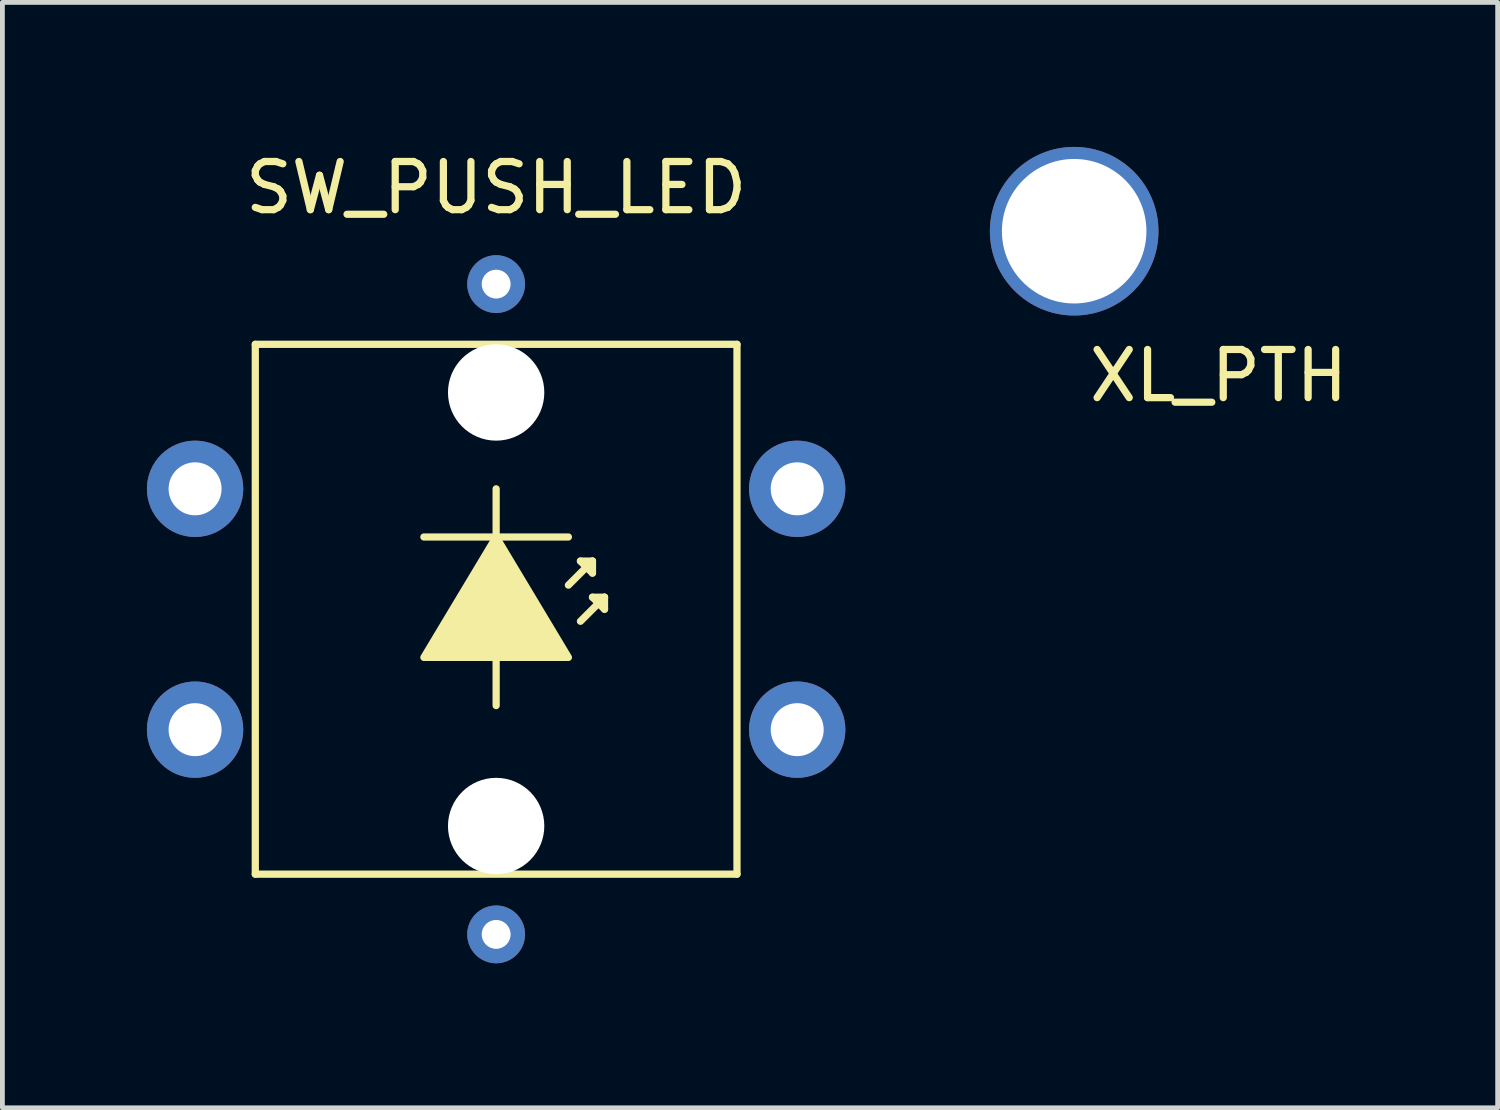
<source format=kicad_pcb>
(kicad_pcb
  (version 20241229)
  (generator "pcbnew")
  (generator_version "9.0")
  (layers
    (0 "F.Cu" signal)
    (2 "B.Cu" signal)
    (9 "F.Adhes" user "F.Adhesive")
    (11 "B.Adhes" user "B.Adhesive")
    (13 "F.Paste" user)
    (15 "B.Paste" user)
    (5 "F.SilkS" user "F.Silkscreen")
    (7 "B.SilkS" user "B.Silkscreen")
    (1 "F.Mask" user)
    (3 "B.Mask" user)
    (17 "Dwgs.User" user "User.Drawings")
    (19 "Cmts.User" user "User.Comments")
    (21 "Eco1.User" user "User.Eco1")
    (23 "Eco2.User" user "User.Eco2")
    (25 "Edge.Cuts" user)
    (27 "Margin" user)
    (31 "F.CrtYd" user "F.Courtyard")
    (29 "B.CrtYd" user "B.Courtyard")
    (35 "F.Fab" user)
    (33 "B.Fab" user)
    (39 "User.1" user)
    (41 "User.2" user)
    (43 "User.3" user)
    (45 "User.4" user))
  (footprint "XL_PTH"
    (layer "F.Cu")
    (at 19.25 1.75)
    (property "Reference" "XL_PTH" (at 3 3 0) (layer "F.SilkS") (effects (font (size 1 1) (thickness 0.15))))
    (attr through_hole)
    (pad "1" thru_hole circle (at 0 0) (size 3.5 3.5) (drill 3) (layers "*.Cu" "*.Mask")))
  (footprint "SW_PUSH_LED"
    (layer "F.Cu")
    (at 7.25 9.598)
    (property "Reference" "SW_PUSH_LED" (at 0 -8.75 0) (layer "F.SilkS") (effects (font (size 1 1) (thickness 0.15))))
    (attr through_hole)
    (fp_line (start -5 -5.5) (end -5 5.5) (stroke (width 0.15) (type solid)) (layer "F.SilkS"))
    (fp_line (start -5 5.5) (end 5 5.5) (stroke (width 0.15) (type solid)) (layer "F.SilkS"))
    (fp_line (start -1.5 -1.5) (end 1.5 -1.5) (stroke (width 0.15) (type solid)) (layer "F.SilkS"))
    (fp_line (start 0 -1.5) (end 0 -2.5) (stroke (width 0.15) (type solid)) (layer "F.SilkS"))
    (fp_line (start 0 1) (end 0 2) (stroke (width 0.15) (type solid)) (layer "F.SilkS"))
    (fp_line (start 1.5 -0.5) (end 2 -1) (stroke (width 0.15) (type solid)) (layer "F.SilkS"))
    (fp_line (start 1.75 -1) (end 2 -0.75) (stroke (width 0.15) (type solid)) (layer "F.SilkS"))
    (fp_line (start 1.75 0.25) (end 2.25 -0.25) (stroke (width 0.15) (type solid)) (layer "F.SilkS"))
    (fp_line (start 2 -1) (end 1.75 -1) (stroke (width 0.15) (type solid)) (layer "F.SilkS"))
    (fp_line (start 2 -0.75) (end 2 -1) (stroke (width 0.15) (type solid)) (layer "F.SilkS"))
    (fp_line (start 2 -0.25) (end 2.25 0) (stroke (width 0.15) (type solid)) (layer "F.SilkS"))
    (fp_line (start 2.25 -0.25) (end 2 -0.25) (stroke (width 0.15) (type solid)) (layer "F.SilkS"))
    (fp_line (start 2.25 0) (end 2.25 -0.25) (stroke (width 0.15) (type solid)) (layer "F.SilkS"))
    (fp_line (start 5 -5.5) (end -5 -5.5) (stroke (width 0.15) (type solid)) (layer "F.SilkS"))
    (fp_line (start 5 5.5) (end 5 -5.5) (stroke (width 0.15) (type solid)) (layer "F.SilkS"))
    (fp_poly (pts (xy 0 -1.5) (xy -1.5 1) (xy 1.5 1)) (stroke (width 0.15) (type solid)) (fill yes) (layer "F.SilkS"))
    (pad "" np_thru_hole circle (at 0 -4.5) (size 2 2) (drill 2) (layers "*.Cu" "*.Mask"))
    (pad "" np_thru_hole circle (at 0 4.5) (size 2 2) (drill 2) (layers "*.Cu" "*.Mask"))
    (pad "1" thru_hole circle (at -6.25 -2.5 90) (size 2 2) (drill 1.1) (layers "*.Cu" "*.Mask"))
    (pad "1" thru_hole circle (at 6.25 -2.5 90) (size 2 2) (drill 1.1) (layers "*.Cu" "*.Mask"))
    (pad "2" thru_hole circle (at -6.25 2.5 90) (size 2 2) (drill 1.1) (layers "*.Cu" "*.Mask"))
    (pad "2" thru_hole circle (at 6.25 2.5 90) (size 2 2) (drill 1.1) (layers "*.Cu" "*.Mask"))
    (pad "3" thru_hole circle (at 0 -6.75 90) (size 1.2 1.2) (drill 0.6) (layers "*.Cu" "*.Mask"))
    (pad "4" thru_hole circle (at 0 6.75 90) (size 1.2 1.2) (drill 0.6) (layers "*.Cu" "*.Mask")))
  (gr_rect
    (start -3 -3)
    (end 28.042 19.948)
    (stroke (width 0.1) (type default))
    (fill no)
    (layer "Edge.Cuts")))
</source>
